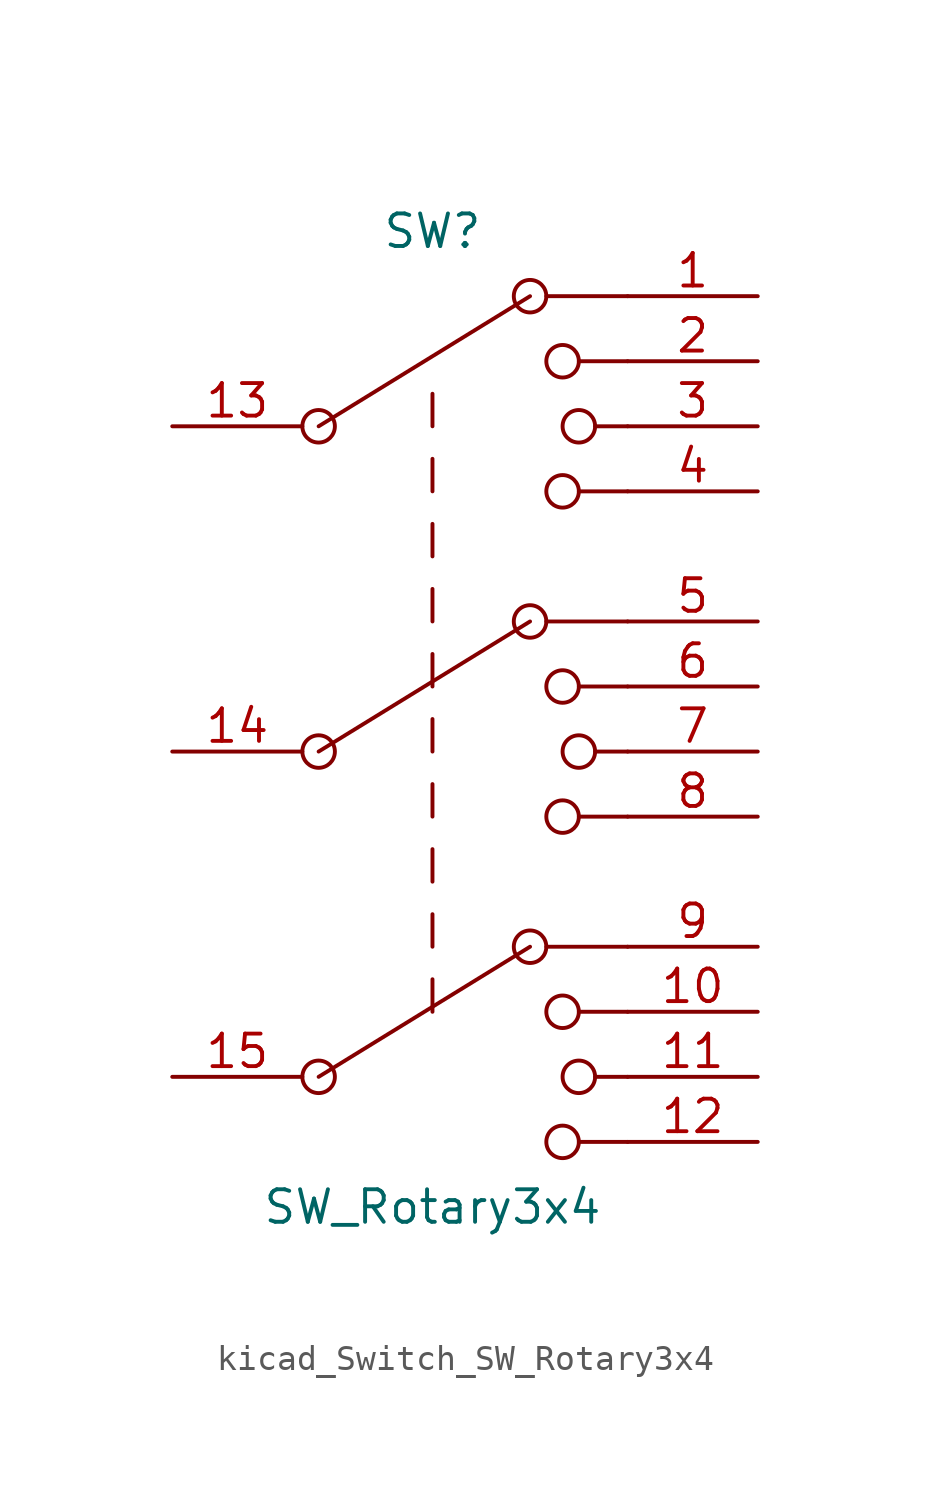
<source format=kicad_sym>
(kicad_symbol_lib
  (version 20220914)
  (generator kicad_symbol_editor)
  (symbol "kicad_Switch_SW_Rotary3x4"
    (pin_names
      (offset 1.016) hide)
    (property "Reference" "SW"
      (at 0 20.32 0)
      (effects (font (size 1.27 1.27))))
    (property "Value" "SW_Rotary3x4"
      (at 0 -17.78 0)
      (effects (font (size 1.27 1.27))))
    (symbol "kicad_Switch_SW_Rotary3x4_0_0"
      (circle (center -4.445 -12.7) (radius 0.635) (stroke (width 0) (type default)) (fill (type none)))
      (circle (center -4.445 0) (radius 0.635) (stroke (width 0) (type default)) (fill (type none)))
      (circle (center -4.445 12.7) (radius 0.635) (stroke (width 0) (type default)) (fill (type none)))
      (polyline (pts (xy -4.445 -12.7) (xy 3.81 -7.62)) (stroke (width 0) (type default)) (fill (type none)))
      (polyline (pts (xy -4.445 0) (xy 3.81 5.08)) (stroke (width 0) (type default)) (fill (type none)))
      (polyline (pts (xy -4.445 12.7) (xy 3.81 17.78)) (stroke (width 0) (type default)) (fill (type none)))
      (polyline (pts (xy 0 -10.16) (xy 0 -8.89)) (stroke (width 0) (type default)) (fill (type none)))
      (polyline (pts (xy 0 -7.62) (xy 0 -6.35)) (stroke (width 0) (type default)) (fill (type none)))
      (polyline (pts (xy 0 -5.08) (xy 0 -3.81)) (stroke (width 0) (type default)) (fill (type none)))
      (polyline (pts (xy 0 -2.54) (xy 0 -1.27)) (stroke (width 0) (type default)) (fill (type none)))
      (polyline (pts (xy 0 0) (xy 0 1.27)) (stroke (width 0) (type default)) (fill (type none)))
      (polyline (pts (xy 0 2.54) (xy 0 3.81)) (stroke (width 0) (type default)) (fill (type none)))
      (polyline (pts (xy 0 5.08) (xy 0 6.35)) (stroke (width 0) (type default)) (fill (type none)))
      (polyline (pts (xy 0 7.62) (xy 0 8.89)) (stroke (width 0) (type default)) (fill (type none)))
      (polyline (pts (xy 0 10.16) (xy 0 11.43)) (stroke (width 0) (type default)) (fill (type none)))
      (polyline (pts (xy 0 12.7) (xy 0 13.97)) (stroke (width 0) (type default)) (fill (type none)))
      (polyline (pts (xy 4.445 -7.62) (xy 7.62 -7.62)) (stroke (width 0) (type default)) (fill (type none)))
      (polyline (pts (xy 4.445 5.08) (xy 7.62 5.08)) (stroke (width 0) (type default)) (fill (type none)))
      (polyline (pts (xy 4.445 17.78) (xy 7.62 17.78)) (stroke (width 0) (type default)) (fill (type none)))
      (polyline (pts (xy 5.715 -15.24) (xy 7.62 -15.24)) (stroke (width 0) (type default)) (fill (type none)))
      (polyline (pts (xy 5.715 -10.16) (xy 7.62 -10.16)) (stroke (width 0) (type default)) (fill (type none)))
      (polyline (pts (xy 5.715 -2.54) (xy 7.62 -2.54)) (stroke (width 0) (type default)) (fill (type none)))
      (polyline (pts (xy 5.715 2.54) (xy 7.62 2.54)) (stroke (width 0) (type default)) (fill (type none)))
      (polyline (pts (xy 5.715 10.16) (xy 7.62 10.16)) (stroke (width 0) (type default)) (fill (type none)))
      (polyline (pts (xy 5.715 15.24) (xy 7.62 15.24)) (stroke (width 0) (type default)) (fill (type none)))
      (polyline (pts (xy 6.35 -12.7) (xy 7.62 -12.7)) (stroke (width 0) (type default)) (fill (type none)))
      (polyline (pts (xy 6.35 0) (xy 7.62 0)) (stroke (width 0) (type default)) (fill (type none)))
      (polyline (pts (xy 6.35 12.7) (xy 7.62 12.7)) (stroke (width 0) (type default)) (fill (type none)))
      (circle (center 3.81 -7.62) (radius 0.635) (stroke (width 0) (type default)) (fill (type none)))
      (circle (center 3.81 5.08) (radius 0.635) (stroke (width 0) (type default)) (fill (type none)))
      (circle (center 3.81 17.78) (radius 0.635) (stroke (width 0) (type default)) (fill (type none)))
      (circle (center 5.08 -15.24) (radius 0.635) (stroke (width 0) (type default)) (fill (type none)))
      (circle (center 5.08 -10.16) (radius 0.635) (stroke (width 0) (type default)) (fill (type none)))
      (circle (center 5.08 -2.54) (radius 0.635) (stroke (width 0) (type default)) (fill (type none)))
      (circle (center 5.08 2.54) (radius 0.635) (stroke (width 0) (type default)) (fill (type none)))
      (circle (center 5.08 10.16) (radius 0.635) (stroke (width 0) (type default)) (fill (type none)))
      (circle (center 5.08 15.24) (radius 0.635) (stroke (width 0) (type default)) (fill (type none)))
      (circle (center 5.715 -12.7) (radius 0.635) (stroke (width 0) (type default)) (fill (type none)))
      (circle (center 5.715 0) (radius 0.635) (stroke (width 0) (type default)) (fill (type none)))
      (circle (center 5.715 12.7) (radius 0.635) (stroke (width 0) (type default)) (fill (type none))))
    (symbol "kicad_Switch_SW_Rotary3x4_0_1"
      (pin passive line (at 12.7 17.78 180) (length 5.08) (name "1" (effects (font (size 1.27 1.27)))) (number "1" (effects (font (size 1.27 1.27)))))
      (pin passive line (at 12.7 -10.16 180) (length 5.08) (name "10" (effects (font (size 1.27 1.27)))) (number "10" (effects (font (size 1.27 1.27)))))
      (pin passive line (at 12.7 -12.7 180) (length 5.08) (name "11" (effects (font (size 1.27 1.27)))) (number "11" (effects (font (size 1.27 1.27)))))
      (pin passive line (at 12.7 -15.24 180) (length 5.08) (name "12" (effects (font (size 1.27 1.27)))) (number "12" (effects (font (size 1.27 1.27)))))
      (pin passive line (at -10.16 12.7 0) (length 5.08) (name "13" (effects (font (size 1.27 1.27)))) (number "13" (effects (font (size 1.27 1.27)))))
      (pin passive line (at -10.16 0 0) (length 5.08) (name "14" (effects (font (size 1.27 1.27)))) (number "14" (effects (font (size 1.27 1.27)))))
      (pin passive line (at -10.16 -12.7 0) (length 5.08) (name "15" (effects (font (size 1.27 1.27)))) (number "15" (effects (font (size 1.27 1.27)))))
      (pin passive line (at 12.7 15.24 180) (length 5.08) (name "2" (effects (font (size 1.27 1.27)))) (number "2" (effects (font (size 1.27 1.27)))))
      (pin passive line (at 12.7 12.7 180) (length 5.08) (name "3" (effects (font (size 1.27 1.27)))) (number "3" (effects (font (size 1.27 1.27)))))
      (pin passive line (at 12.7 10.16 180) (length 5.08) (name "4" (effects (font (size 1.27 1.27)))) (number "4" (effects (font (size 1.27 1.27)))))
      (pin passive line (at 12.7 5.08 180) (length 5.08) (name "5" (effects (font (size 1.27 1.27)))) (number "5" (effects (font (size 1.27 1.27)))))
      (pin passive line (at 12.7 2.54 180) (length 5.08) (name "6" (effects (font (size 1.27 1.27)))) (number "6" (effects (font (size 1.27 1.27)))))
      (pin passive line (at 12.7 0 180) (length 5.08) (name "7" (effects (font (size 1.27 1.27)))) (number "7" (effects (font (size 1.27 1.27)))))
      (pin passive line (at 12.7 -2.54 180) (length 5.08) (name "8" (effects (font (size 1.27 1.27)))) (number "8" (effects (font (size 1.27 1.27)))))
      (pin passive line (at 12.7 -7.62 180) (length 5.08) (name "9" (effects (font (size 1.27 1.27)))) (number "9" (effects (font (size 1.27 1.27))))))))
</source>
